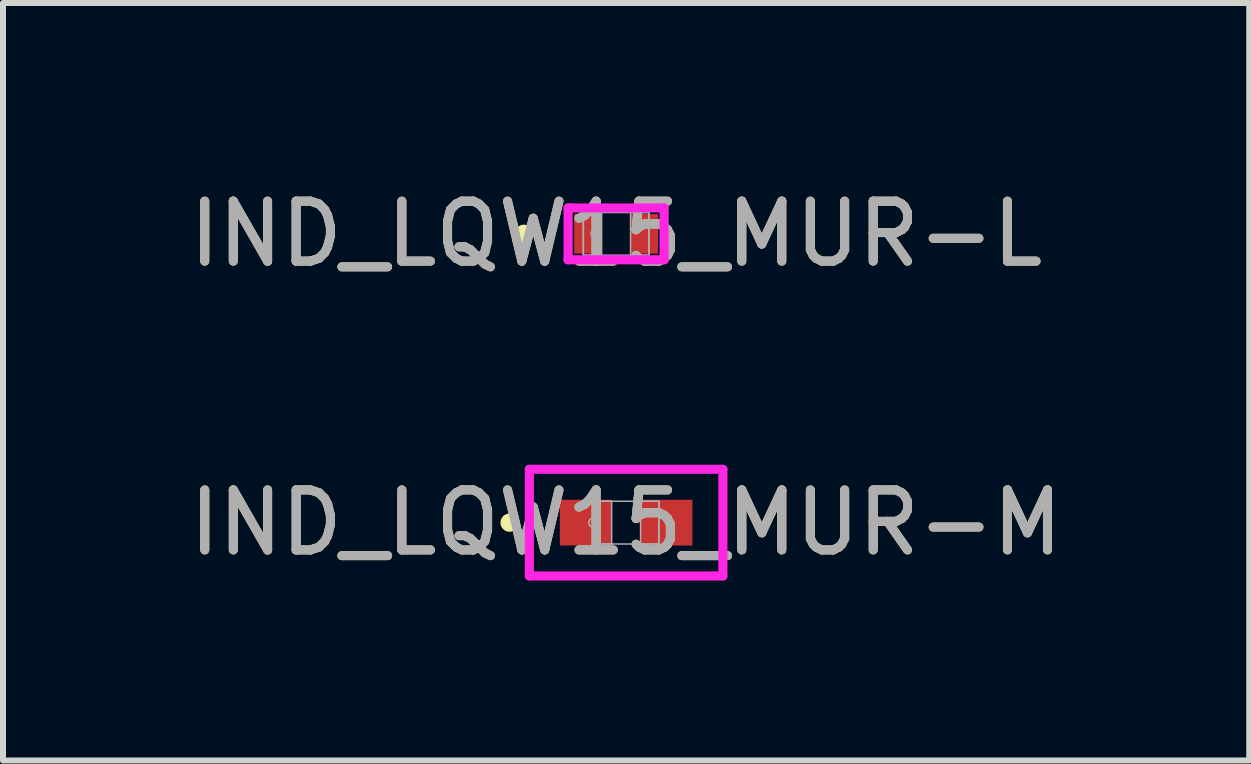
<source format=kicad_pcb>
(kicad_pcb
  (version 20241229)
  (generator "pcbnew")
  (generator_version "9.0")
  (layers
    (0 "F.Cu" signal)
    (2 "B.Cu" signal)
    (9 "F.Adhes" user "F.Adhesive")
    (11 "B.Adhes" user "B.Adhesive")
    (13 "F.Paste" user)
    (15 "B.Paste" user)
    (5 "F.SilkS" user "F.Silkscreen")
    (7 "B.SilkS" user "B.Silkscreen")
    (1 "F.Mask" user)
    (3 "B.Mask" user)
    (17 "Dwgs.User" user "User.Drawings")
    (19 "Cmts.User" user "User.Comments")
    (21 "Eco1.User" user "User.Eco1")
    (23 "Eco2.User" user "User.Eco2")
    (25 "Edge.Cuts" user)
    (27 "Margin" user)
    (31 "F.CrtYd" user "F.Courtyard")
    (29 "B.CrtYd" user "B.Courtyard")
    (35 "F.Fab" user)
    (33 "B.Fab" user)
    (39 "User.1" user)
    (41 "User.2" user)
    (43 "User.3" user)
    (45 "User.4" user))
  (footprint "IND_LQW15_MUR-L"
    (layer "F.Cu")
    (at 7.22 0.848)
    (property "Reference" "IND_LQW15_MUR-L" (at 0 0 0) (unlocked yes) (layer "F.SilkS") (effects (font (size 1 1) (thickness 0.15))))
    (attr smd)
    (fp_circle (center -1.537 0) (end -1.46 0) (stroke (width 0.152) (type solid)) (fill no) (layer "F.SilkS"))
    (fp_line (start -0.8 -0.432) (end 0.8 -0.432) (stroke (width 0.152) (type solid)) (layer "F.CrtYd"))
    (fp_line (start -0.8 0.432) (end -0.8 -0.432) (stroke (width 0.152) (type solid)) (layer "F.CrtYd"))
    (fp_line (start 0.8 -0.432) (end 0.8 0.432) (stroke (width 0.152) (type solid)) (layer "F.CrtYd"))
    (fp_line (start 0.8 0.432) (end -0.8 0.432) (stroke (width 0.152) (type solid)) (layer "F.CrtYd"))
    (fp_line (start -0.546 -0.356) (end -0.546 0.356) (stroke (width 0.025) (type solid)) (layer "F.Fab"))
    (fp_line (start -0.546 -0.356) (end -0.546 0.356) (stroke (width 0.025) (type solid)) (layer "F.Fab"))
    (fp_line (start -0.546 0.356) (end -0.241 0.356) (stroke (width 0.025) (type solid)) (layer "F.Fab"))
    (fp_line (start -0.546 0.356) (end 0.546 0.356) (stroke (width 0.025) (type solid)) (layer "F.Fab"))
    (fp_line (start -0.241 -0.356) (end -0.546 -0.356) (stroke (width 0.025) (type solid)) (layer "F.Fab"))
    (fp_line (start -0.241 0.356) (end -0.241 -0.356) (stroke (width 0.025) (type solid)) (layer "F.Fab"))
    (fp_line (start 0.241 -0.356) (end 0.241 0.356) (stroke (width 0.025) (type solid)) (layer "F.Fab"))
    (fp_line (start 0.241 0.356) (end 0.546 0.356) (stroke (width 0.025) (type solid)) (layer "F.Fab"))
    (fp_line (start 0.546 -0.356) (end -0.546 -0.356) (stroke (width 0.025) (type solid)) (layer "F.Fab"))
    (fp_line (start 0.546 -0.356) (end 0.241 -0.356) (stroke (width 0.025) (type solid)) (layer "F.Fab"))
    (fp_line (start 0.546 0.356) (end 0.546 -0.356) (stroke (width 0.025) (type solid)) (layer "F.Fab"))
    (fp_line (start 0.546 0.356) (end 0.546 -0.356) (stroke (width 0.025) (type solid)) (layer "F.Fab"))
    (fp_circle (center -0.343 0) (end -0.267 0) (stroke (width 0.025) (type solid)) (fill no) (layer "F.Fab"))
    (fp_text user "${REFERENCE}" (at 0 0 0) (unlocked yes) (layer "F.Fab") (effects (font (size 1 1) (thickness 0.15))))
    (pad "1" smd rect (at -0.47 0) (size 0.457 0.66) (layers "F.Cu" "F.Mask" "F.Paste"))
    (pad "2" smd rect (at 0.47 0) (size 0.457 0.66) (layers "F.Cu" "F.Mask" "F.Paste"))
    (zone (net_name "") (layer "F.Cu") (hatch full 0.508) (connect_pads) (min_thickness 0.254) (filled_areas_thickness no) (keepout (tracks not_allowed) (vias not_allowed) (pads allowed) (copperpour not_allowed) (footprints allowed)) (placement (enabled no)) (fill) (polygon (pts (xy 7.03 0.543) (xy 7.411 0.543) (xy 7.411 1.153) (xy 7.03 1.153)))))
  (footprint "IND_LQW15_MUR-M"
    (layer "F.Cu")
    (at 7.387 5.662)
    (property "Reference" "IND_LQW15_MUR-M" (at 0 0 0) (unlocked yes) (layer "F.SilkS") (effects (font (size 1 1) (thickness 0.15))))
    (attr smd)
    (fp_circle (center -1.943 0) (end -1.867 0) (stroke (width 0.152) (type solid)) (fill no) (layer "F.SilkS"))
    (fp_line (start -1.613 -0.889) (end 1.613 -0.889) (stroke (width 0.152) (type solid)) (layer "F.CrtYd"))
    (fp_line (start -1.613 0.889) (end -1.613 -0.889) (stroke (width 0.152) (type solid)) (layer "F.CrtYd"))
    (fp_line (start 1.613 -0.889) (end 1.613 0.889) (stroke (width 0.152) (type solid)) (layer "F.CrtYd"))
    (fp_line (start 1.613 0.889) (end -1.613 0.889) (stroke (width 0.152) (type solid)) (layer "F.CrtYd"))
    (fp_line (start -0.546 -0.356) (end -0.546 0.356) (stroke (width 0.025) (type solid)) (layer "F.Fab"))
    (fp_line (start -0.546 -0.356) (end -0.546 0.356) (stroke (width 0.025) (type solid)) (layer "F.Fab"))
    (fp_line (start -0.546 0.356) (end -0.241 0.356) (stroke (width 0.025) (type solid)) (layer "F.Fab"))
    (fp_line (start -0.546 0.356) (end 0.546 0.356) (stroke (width 0.025) (type solid)) (layer "F.Fab"))
    (fp_line (start -0.241 -0.356) (end -0.546 -0.356) (stroke (width 0.025) (type solid)) (layer "F.Fab"))
    (fp_line (start -0.241 0.356) (end -0.241 -0.356) (stroke (width 0.025) (type solid)) (layer "F.Fab"))
    (fp_line (start 0.241 -0.356) (end 0.241 0.356) (stroke (width 0.025) (type solid)) (layer "F.Fab"))
    (fp_line (start 0.241 0.356) (end 0.546 0.356) (stroke (width 0.025) (type solid)) (layer "F.Fab"))
    (fp_line (start 0.546 -0.356) (end -0.546 -0.356) (stroke (width 0.025) (type solid)) (layer "F.Fab"))
    (fp_line (start 0.546 -0.356) (end 0.241 -0.356) (stroke (width 0.025) (type solid)) (layer "F.Fab"))
    (fp_line (start 0.546 0.356) (end 0.546 -0.356) (stroke (width 0.025) (type solid)) (layer "F.Fab"))
    (fp_line (start 0.546 0.356) (end 0.546 -0.356) (stroke (width 0.025) (type solid)) (layer "F.Fab"))
    (fp_circle (center -0.546 0) (end -0.47 0) (stroke (width 0.025) (type solid)) (fill no) (layer "F.Fab"))
    (fp_text user "${REFERENCE}" (at 0 0 0) (unlocked yes) (layer "F.Fab") (effects (font (size 1 1) (thickness 0.15))))
    (pad "1" smd rect (at -0.673 0) (size 0.864 0.762) (layers "F.Cu" "F.Mask" "F.Paste"))
    (pad "2" smd rect (at 0.673 0) (size 0.864 0.762) (layers "F.Cu" "F.Mask" "F.Paste"))
    (zone (net_name "") (layer "F.Cu") (hatch full 0.508) (connect_pads) (min_thickness 0.254) (filled_areas_thickness no) (keepout (tracks not_allowed) (vias not_allowed) (pads allowed) (copperpour not_allowed) (footprints allowed)) (placement (enabled no)) (fill) (polygon (pts (xy 7.196 5.357) (xy 7.577 5.357) (xy 7.577 5.966) (xy 7.196 5.966)))))
  (gr_rect
    (start -3 -3)
    (end 17.774 9.627)
    (stroke (width 0.1) (type default))
    (fill no)
    (layer "Edge.Cuts")))
</source>
